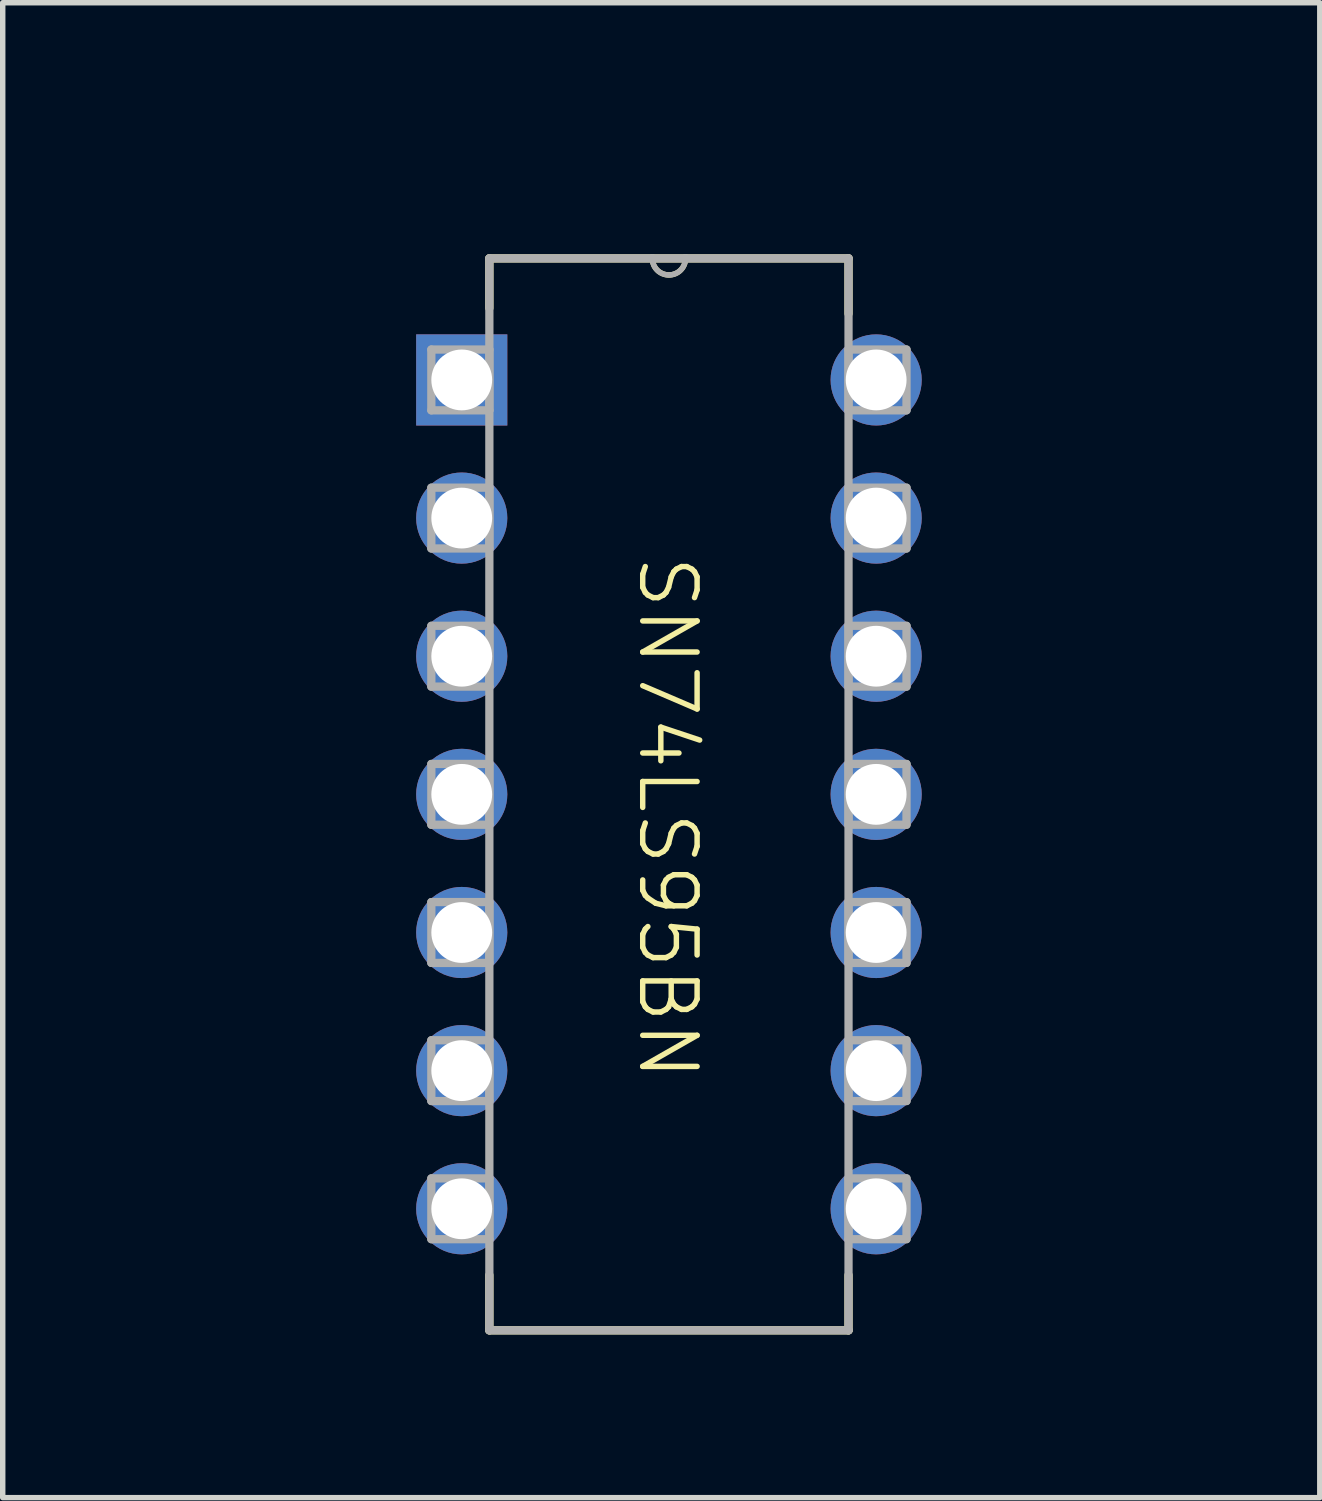
<source format=kicad_pcb>
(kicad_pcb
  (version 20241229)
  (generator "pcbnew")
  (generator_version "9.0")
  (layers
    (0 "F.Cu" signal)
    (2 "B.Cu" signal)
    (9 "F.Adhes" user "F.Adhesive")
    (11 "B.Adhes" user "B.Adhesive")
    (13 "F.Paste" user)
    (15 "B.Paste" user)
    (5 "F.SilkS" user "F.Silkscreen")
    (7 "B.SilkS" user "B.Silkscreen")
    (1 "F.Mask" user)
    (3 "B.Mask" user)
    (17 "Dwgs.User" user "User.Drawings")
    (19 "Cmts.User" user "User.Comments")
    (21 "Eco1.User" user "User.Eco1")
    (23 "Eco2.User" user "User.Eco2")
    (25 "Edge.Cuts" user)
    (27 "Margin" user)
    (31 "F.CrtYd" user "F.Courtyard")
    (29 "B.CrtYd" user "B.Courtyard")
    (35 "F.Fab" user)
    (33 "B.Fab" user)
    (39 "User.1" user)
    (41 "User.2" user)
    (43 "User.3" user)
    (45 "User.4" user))
  (footprint "SN74LS95BN"
    (layer "F.Cu")
    (at 9.275 11.556)
    (property "Reference" "SN74LS95BN" (at 0.635 -10.795 0) (unlocked yes) (layer "User.1") (effects (font (size 1 1) (thickness 0.1))))
    (attr through_hole)
    (fp_line (start -3.327 -9.855) (end -3.327 -8.941) (stroke (width 0.152) (type solid)) (layer "F.SilkS"))
    (fp_line (start -3.327 8.839) (end -3.327 9.855) (stroke (width 0.152) (type solid)) (layer "F.SilkS"))
    (fp_line (start -3.327 9.855) (end 3.277 9.855) (stroke (width 0.152) (type solid)) (layer "F.SilkS"))
    (fp_line (start -0.33 -9.855) (end -3.327 -9.855) (stroke (width 0.152) (type solid)) (layer "F.SilkS"))
    (fp_line (start 0.279 -9.855) (end -0.33 -9.855) (stroke (width 0.152) (type solid)) (layer "F.SilkS"))
    (fp_line (start 3.277 -9.855) (end 0.279 -9.855) (stroke (width 0.152) (type solid)) (layer "F.SilkS"))
    (fp_line (start 3.277 -8.839) (end 3.277 -9.855) (stroke (width 0.152) (type solid)) (layer "F.SilkS"))
    (fp_line (start 3.277 9.855) (end 3.277 8.839) (stroke (width 0.152) (type solid)) (layer "F.SilkS"))
    (fp_arc (start 0.2794 -9.8552) (mid -0.0254 -9.5504) (end -0.3302 -9.8552) (stroke (width 0.1) (type solid)) (layer "F.SilkS"))
    (fp_line (start -4.394 -8.179) (end -4.394 -7.061) (stroke (width 0.152) (type solid)) (layer "F.Fab"))
    (fp_line (start -4.394 -7.061) (end -3.327 -7.061) (stroke (width 0.152) (type solid)) (layer "F.Fab"))
    (fp_line (start -4.394 -5.639) (end -4.394 -4.521) (stroke (width 0.152) (type solid)) (layer "F.Fab"))
    (fp_line (start -4.394 -4.521) (end -3.327 -4.521) (stroke (width 0.152) (type solid)) (layer "F.Fab"))
    (fp_line (start -4.394 -3.099) (end -4.394 -1.981) (stroke (width 0.152) (type solid)) (layer "F.Fab"))
    (fp_line (start -4.394 -1.981) (end -3.327 -1.981) (stroke (width 0.152) (type solid)) (layer "F.Fab"))
    (fp_line (start -4.394 -0.559) (end -4.394 0.559) (stroke (width 0.152) (type solid)) (layer "F.Fab"))
    (fp_line (start -4.394 0.559) (end -3.327 0.559) (stroke (width 0.152) (type solid)) (layer "F.Fab"))
    (fp_line (start -4.394 1.981) (end -4.394 3.099) (stroke (width 0.152) (type solid)) (layer "F.Fab"))
    (fp_line (start -4.394 3.099) (end -3.327 3.099) (stroke (width 0.152) (type solid)) (layer "F.Fab"))
    (fp_line (start -4.394 4.521) (end -4.394 5.639) (stroke (width 0.152) (type solid)) (layer "F.Fab"))
    (fp_line (start -4.394 5.639) (end -3.327 5.639) (stroke (width 0.152) (type solid)) (layer "F.Fab"))
    (fp_line (start -4.394 7.061) (end -4.394 8.179) (stroke (width 0.152) (type solid)) (layer "F.Fab"))
    (fp_line (start -4.394 8.179) (end -3.327 8.179) (stroke (width 0.152) (type solid)) (layer "F.Fab"))
    (fp_line (start -3.327 -9.855) (end -3.327 9.855) (stroke (width 0.152) (type solid)) (layer "F.Fab"))
    (fp_line (start -3.327 -8.179) (end -4.394 -8.179) (stroke (width 0.152) (type solid)) (layer "F.Fab"))
    (fp_line (start -3.327 -7.061) (end -3.327 -8.179) (stroke (width 0.152) (type solid)) (layer "F.Fab"))
    (fp_line (start -3.327 -5.639) (end -4.394 -5.639) (stroke (width 0.152) (type solid)) (layer "F.Fab"))
    (fp_line (start -3.327 -4.521) (end -3.327 -5.639) (stroke (width 0.152) (type solid)) (layer "F.Fab"))
    (fp_line (start -3.327 -3.099) (end -4.394 -3.099) (stroke (width 0.152) (type solid)) (layer "F.Fab"))
    (fp_line (start -3.327 -1.981) (end -3.327 -3.099) (stroke (width 0.152) (type solid)) (layer "F.Fab"))
    (fp_line (start -3.327 -0.559) (end -4.394 -0.559) (stroke (width 0.152) (type solid)) (layer "F.Fab"))
    (fp_line (start -3.327 0.559) (end -3.327 -0.559) (stroke (width 0.152) (type solid)) (layer "F.Fab"))
    (fp_line (start -3.327 1.981) (end -4.394 1.981) (stroke (width 0.152) (type solid)) (layer "F.Fab"))
    (fp_line (start -3.327 3.099) (end -3.327 1.981) (stroke (width 0.152) (type solid)) (layer "F.Fab"))
    (fp_line (start -3.327 4.521) (end -4.394 4.521) (stroke (width 0.152) (type solid)) (layer "F.Fab"))
    (fp_line (start -3.327 5.639) (end -3.327 4.521) (stroke (width 0.152) (type solid)) (layer "F.Fab"))
    (fp_line (start -3.327 7.061) (end -4.394 7.061) (stroke (width 0.152) (type solid)) (layer "F.Fab"))
    (fp_line (start -3.327 8.179) (end -3.327 7.061) (stroke (width 0.152) (type solid)) (layer "F.Fab"))
    (fp_line (start -3.327 9.855) (end 3.277 9.855) (stroke (width 0.152) (type solid)) (layer "F.Fab"))
    (fp_line (start -0.33 -9.855) (end -3.327 -9.855) (stroke (width 0.152) (type solid)) (layer "F.Fab"))
    (fp_line (start 0.279 -9.855) (end -0.33 -9.855) (stroke (width 0.152) (type solid)) (layer "F.Fab"))
    (fp_line (start 3.277 -9.855) (end 0.279 -9.855) (stroke (width 0.152) (type solid)) (layer "F.Fab"))
    (fp_line (start 3.277 -8.179) (end 3.277 -7.061) (stroke (width 0.152) (type solid)) (layer "F.Fab"))
    (fp_line (start 3.277 -7.061) (end 4.343 -7.061) (stroke (width 0.152) (type solid)) (layer "F.Fab"))
    (fp_line (start 3.277 -5.639) (end 3.277 -4.521) (stroke (width 0.152) (type solid)) (layer "F.Fab"))
    (fp_line (start 3.277 -4.521) (end 4.343 -4.521) (stroke (width 0.152) (type solid)) (layer "F.Fab"))
    (fp_line (start 3.277 -3.099) (end 3.277 -1.981) (stroke (width 0.152) (type solid)) (layer "F.Fab"))
    (fp_line (start 3.277 -1.981) (end 4.343 -1.981) (stroke (width 0.152) (type solid)) (layer "F.Fab"))
    (fp_line (start 3.277 -0.559) (end 3.277 0.559) (stroke (width 0.152) (type solid)) (layer "F.Fab"))
    (fp_line (start 3.277 0.559) (end 4.343 0.559) (stroke (width 0.152) (type solid)) (layer "F.Fab"))
    (fp_line (start 3.277 1.981) (end 3.277 3.099) (stroke (width 0.152) (type solid)) (layer "F.Fab"))
    (fp_line (start 3.277 3.099) (end 4.343 3.099) (stroke (width 0.152) (type solid)) (layer "F.Fab"))
    (fp_line (start 3.277 4.521) (end 3.277 5.639) (stroke (width 0.152) (type solid)) (layer "F.Fab"))
    (fp_line (start 3.277 5.639) (end 4.343 5.639) (stroke (width 0.152) (type solid)) (layer "F.Fab"))
    (fp_line (start 3.277 7.061) (end 3.277 8.179) (stroke (width 0.152) (type solid)) (layer "F.Fab"))
    (fp_line (start 3.277 8.179) (end 4.343 8.179) (stroke (width 0.152) (type solid)) (layer "F.Fab"))
    (fp_line (start 3.277 9.855) (end 3.277 -9.855) (stroke (width 0.152) (type solid)) (layer "F.Fab"))
    (fp_line (start 4.343 -8.179) (end 3.277 -8.179) (stroke (width 0.152) (type solid)) (layer "F.Fab"))
    (fp_line (start 4.343 -7.061) (end 4.343 -8.179) (stroke (width 0.152) (type solid)) (layer "F.Fab"))
    (fp_line (start 4.343 -5.639) (end 3.277 -5.639) (stroke (width 0.152) (type solid)) (layer "F.Fab"))
    (fp_line (start 4.343 -4.521) (end 4.343 -5.639) (stroke (width 0.152) (type solid)) (layer "F.Fab"))
    (fp_line (start 4.343 -3.099) (end 3.277 -3.099) (stroke (width 0.152) (type solid)) (layer "F.Fab"))
    (fp_line (start 4.343 -1.981) (end 4.343 -3.099) (stroke (width 0.152) (type solid)) (layer "F.Fab"))
    (fp_line (start 4.343 -0.559) (end 3.277 -0.559) (stroke (width 0.152) (type solid)) (layer "F.Fab"))
    (fp_line (start 4.343 0.559) (end 4.343 -0.559) (stroke (width 0.152) (type solid)) (layer "F.Fab"))
    (fp_line (start 4.343 1.981) (end 3.277 1.981) (stroke (width 0.152) (type solid)) (layer "F.Fab"))
    (fp_line (start 4.343 3.099) (end 4.343 1.981) (stroke (width 0.152) (type solid)) (layer "F.Fab"))
    (fp_line (start 4.343 4.521) (end 3.277 4.521) (stroke (width 0.152) (type solid)) (layer "F.Fab"))
    (fp_line (start 4.343 5.639) (end 4.343 4.521) (stroke (width 0.152) (type solid)) (layer "F.Fab"))
    (fp_line (start 4.343 7.061) (end 3.277 7.061) (stroke (width 0.152) (type solid)) (layer "F.Fab"))
    (fp_line (start 4.343 8.179) (end 4.343 7.061) (stroke (width 0.152) (type solid)) (layer "F.Fab"))
    (fp_arc (start 0.2794 -9.8552) (mid -0.0254 -9.5504) (end -0.3302 -9.8552) (stroke (width 0.1) (type solid)) (layer "F.Fab"))
    (fp_text user "SN74LS95BN" (at -0.635 -4.445 270) (unlocked yes) (layer "F.SilkS") (effects (font (size 1 1) (thickness 0.1)) (justify left bottom)))
    (fp_text user "Q_D" (at 5.08 3.175 0) (unlocked yes) (layer "User.1") (effects (font (size 1 1) (thickness 0.1)) (justify left bottom)))
    (fp_text user "D" (at -5.08 3.175 0) (unlocked yes) (layer "User.1") (effects (font (size 1 1) (thickness 0.1)) (justify right bottom)))
    (fp_text user "Q_B" (at 5.08 -1.905 0) (unlocked yes) (layer "User.1") (effects (font (size 1 1) (thickness 0.1)) (justify left bottom)))
    (fp_text user "B" (at -5.08 -1.905 0) (unlocked yes) (layer "User.1") (effects (font (size 1 1) (thickness 0.1)) (justify right bottom)))
    (fp_text user "C" (at -5.08 0.635 0) (unlocked yes) (layer "User.1") (effects (font (size 1 1) (thickness 0.1)) (justify right bottom)))
    (fp_text user "MODE" (at -5.08 5.715 0) (unlocked yes) (layer "User.1") (effects (font (size 1 1) (thickness 0.1)) (justify right bottom)))
    (fp_text user "SER" (at -5.08 -6.985 0) (unlocked yes) (layer "User.1") (effects (font (size 1 1) (thickness 0.1)) (justify right bottom)))
    (fp_text user "VCC" (at 5.08 -6.985 0) (unlocked yes) (layer "User.1") (effects (font (size 1 1) (thickness 0.1)) (justify left bottom)))
    (fp_text user "CLK2" (at 5.08 8.255 0) (unlocked yes) (layer "User.1") (effects (font (size 1 1) (thickness 0.1)) (justify left bottom)))
    (fp_text user "Q_C" (at 5.08 0.635 0) (unlocked yes) (layer "User.1") (effects (font (size 1 1) (thickness 0.1)) (justify left bottom)))
    (fp_text user "A" (at -5.08 -4.445 0) (unlocked yes) (layer "User.1") (effects (font (size 1 1) (thickness 0.1)) (justify right bottom)))
    (fp_text user "Q_A" (at 5.08 -4.445 0) (unlocked yes) (layer "User.1") (effects (font (size 1 1) (thickness 0.1)) (justify left bottom)))
    (fp_text user "CLK1" (at 5.08 5.715 0) (unlocked yes) (layer "User.1") (effects (font (size 1 1) (thickness 0.1)) (justify left bottom)))
    (fp_text user "GND" (at -5.08 8.255 0) (unlocked yes) (layer "User.1") (effects (font (size 1 1) (thickness 0.1)) (justify right bottom)))
    (pad "1" thru_hole rect (at -3.835 -7.62) (size 1.676 1.676) (drill 1.118) (layers "*.Cu" "*.Mask"))
    (pad "2" thru_hole circle (at -3.835 -5.08) (size 1.676 1.676) (drill 1.118) (layers "*.Cu" "*.Mask"))
    (pad "3" thru_hole circle (at -3.835 -2.54) (size 1.676 1.676) (drill 1.118) (layers "*.Cu" "*.Mask"))
    (pad "4" thru_hole circle (at -3.835 0) (size 1.676 1.676) (drill 1.118) (layers "*.Cu" "*.Mask"))
    (pad "5" thru_hole circle (at -3.835 2.54) (size 1.676 1.676) (drill 1.118) (layers "*.Cu" "*.Mask"))
    (pad "6" thru_hole circle (at -3.835 5.08) (size 1.676 1.676) (drill 1.118) (layers "*.Cu" "*.Mask"))
    (pad "7" thru_hole circle (at -3.835 7.62) (size 1.676 1.676) (drill 1.118) (layers "*.Cu" "*.Mask"))
    (pad "8" thru_hole circle (at 3.785 7.62) (size 1.676 1.676) (drill 1.118) (layers "*.Cu" "*.Mask"))
    (pad "9" thru_hole circle (at 3.785 5.08) (size 1.676 1.676) (drill 1.118) (layers "*.Cu" "*.Mask"))
    (pad "10" thru_hole circle (at 3.785 2.54) (size 1.676 1.676) (drill 1.118) (layers "*.Cu" "*.Mask"))
    (pad "11" thru_hole circle (at 3.785 0) (size 1.676 1.676) (drill 1.118) (layers "*.Cu" "*.Mask"))
    (pad "12" thru_hole circle (at 3.785 -2.54) (size 1.676 1.676) (drill 1.118) (layers "*.Cu" "*.Mask"))
    (pad "13" thru_hole circle (at 3.785 -5.08) (size 1.676 1.676) (drill 1.118) (layers "*.Cu" "*.Mask"))
    (pad "14" thru_hole circle (at 3.785 -7.62) (size 1.676 1.676) (drill 1.118) (layers "*.Cu" "*.Mask")))
  (gr_rect
    (start -3 -3)
    (end 21.217 24.487)
    (stroke (width 0.1) (type default))
    (fill no)
    (layer "Edge.Cuts")))
</source>
